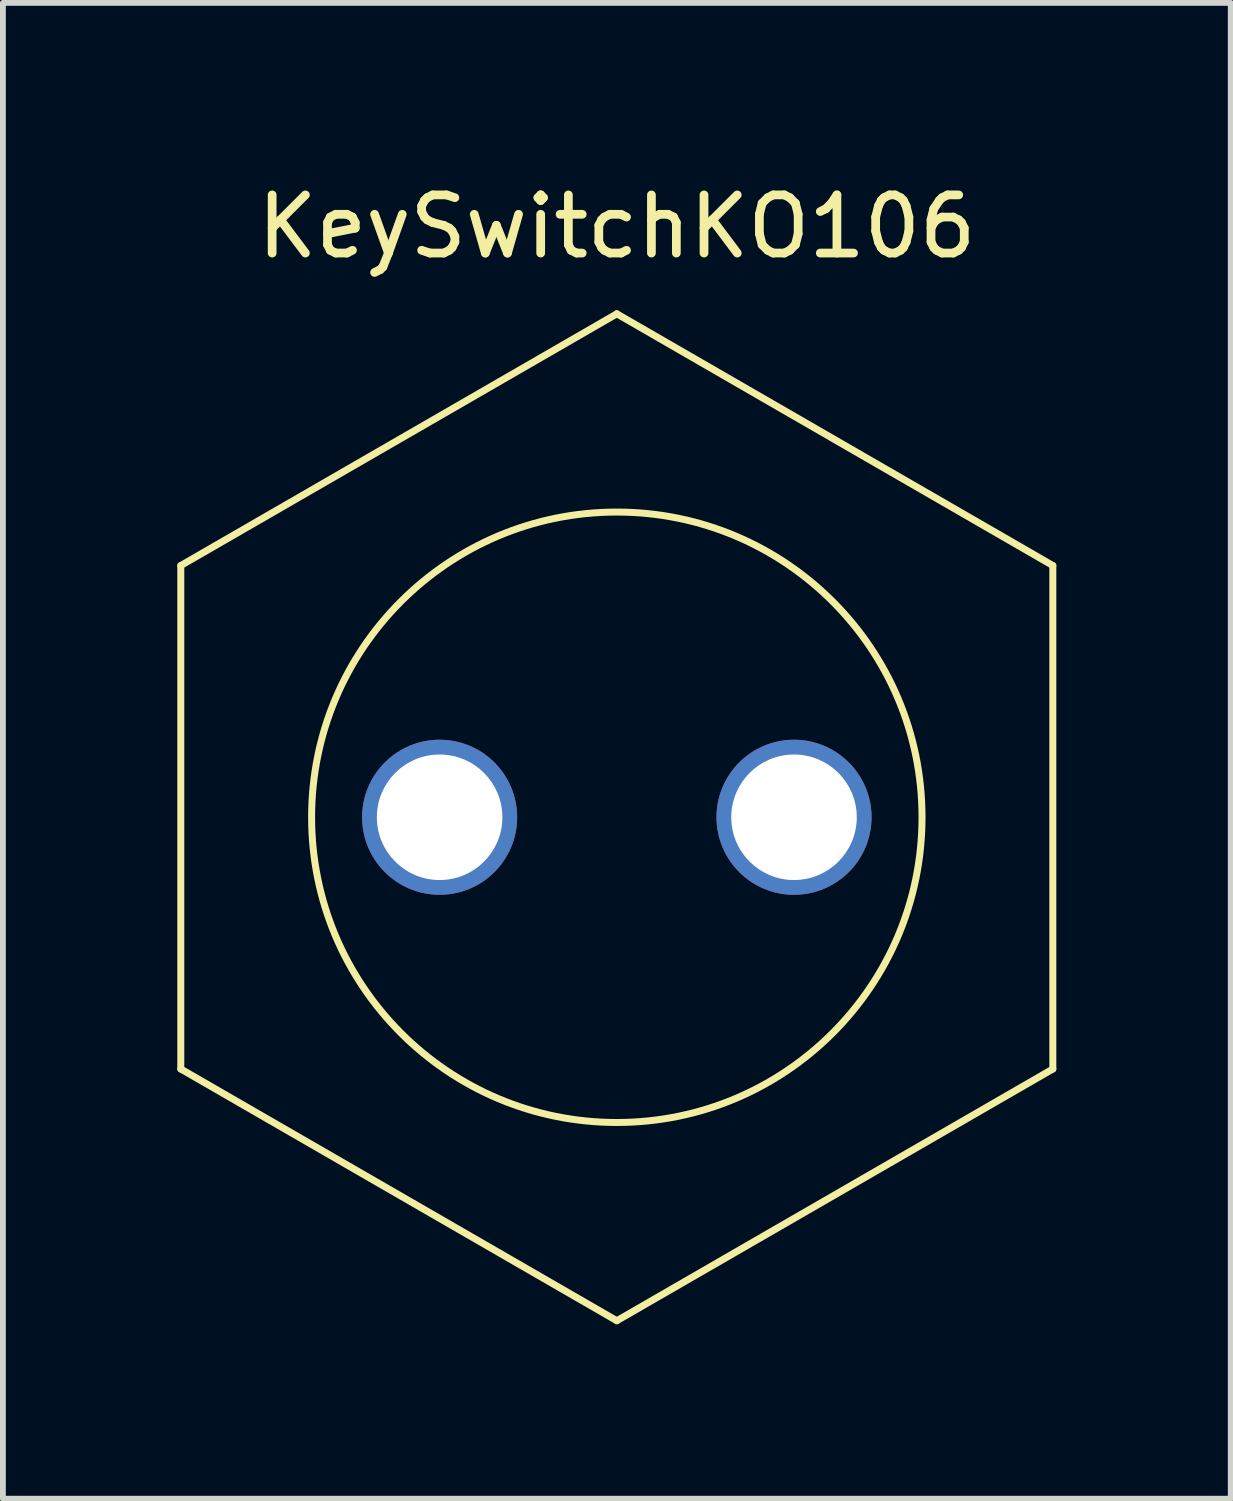
<source format=kicad_pcb>
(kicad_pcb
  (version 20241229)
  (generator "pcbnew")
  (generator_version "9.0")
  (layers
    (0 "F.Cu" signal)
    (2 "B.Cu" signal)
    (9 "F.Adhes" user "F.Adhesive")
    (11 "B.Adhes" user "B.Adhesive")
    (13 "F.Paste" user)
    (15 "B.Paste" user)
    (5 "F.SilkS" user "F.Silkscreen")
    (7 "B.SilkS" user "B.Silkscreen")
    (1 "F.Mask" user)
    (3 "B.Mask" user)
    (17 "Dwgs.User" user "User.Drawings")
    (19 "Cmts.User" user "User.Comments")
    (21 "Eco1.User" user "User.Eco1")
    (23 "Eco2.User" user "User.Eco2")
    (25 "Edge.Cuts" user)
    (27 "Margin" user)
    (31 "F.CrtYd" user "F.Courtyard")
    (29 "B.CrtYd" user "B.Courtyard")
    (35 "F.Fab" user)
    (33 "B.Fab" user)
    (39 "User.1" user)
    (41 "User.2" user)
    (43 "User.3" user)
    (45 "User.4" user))
  (footprint "KeySwitchKO106"
    (layer "F.Cu")
    (at 7.56 11.008)
    (property "Reference" "KeySwitchKO106" (at 0 -10.16 0) (layer "F.SilkS") (effects (font (size 1 1) (thickness 0.15))))
    (attr through_hole)
    (fp_line (start -7.5 4.33) (end -7.5 -4.33) (stroke (width 0.12) (type solid)) (layer "F.SilkS"))
    (fp_line (start -7.5 4.33) (end 0 8.66) (stroke (width 0.12) (type solid)) (layer "F.SilkS"))
    (fp_line (start 0 -8.66) (end -7.5 -4.33) (stroke (width 0.12) (type solid)) (layer "F.SilkS"))
    (fp_line (start 0 8.66) (end 7.5 4.33) (stroke (width 0.12) (type solid)) (layer "F.SilkS"))
    (fp_line (start 7.5 -4.33) (end 0 -8.66) (stroke (width 0.12) (type solid)) (layer "F.SilkS"))
    (fp_line (start 7.5 4.33) (end 7.5 -4.33) (stroke (width 0.12) (type solid)) (layer "F.SilkS"))
    (fp_circle (center 0 0) (end 5.25 0) (stroke (width 0.12) (type solid)) (fill no) (layer "F.SilkS"))
    (pad "1" thru_hole circle (at -3.048 0) (size 2.667 2.667) (drill 2.159) (layers "*.Cu" "*.Mask"))
    (pad "2" thru_hole circle (at 3.048 0) (size 2.667 2.667) (drill 2.159) (layers "*.Cu" "*.Mask")))
  (gr_rect
    (start -3 -3)
    (end 18.12 22.729)
    (stroke (width 0.1) (type default))
    (fill no)
    (layer "Edge.Cuts")))
</source>
